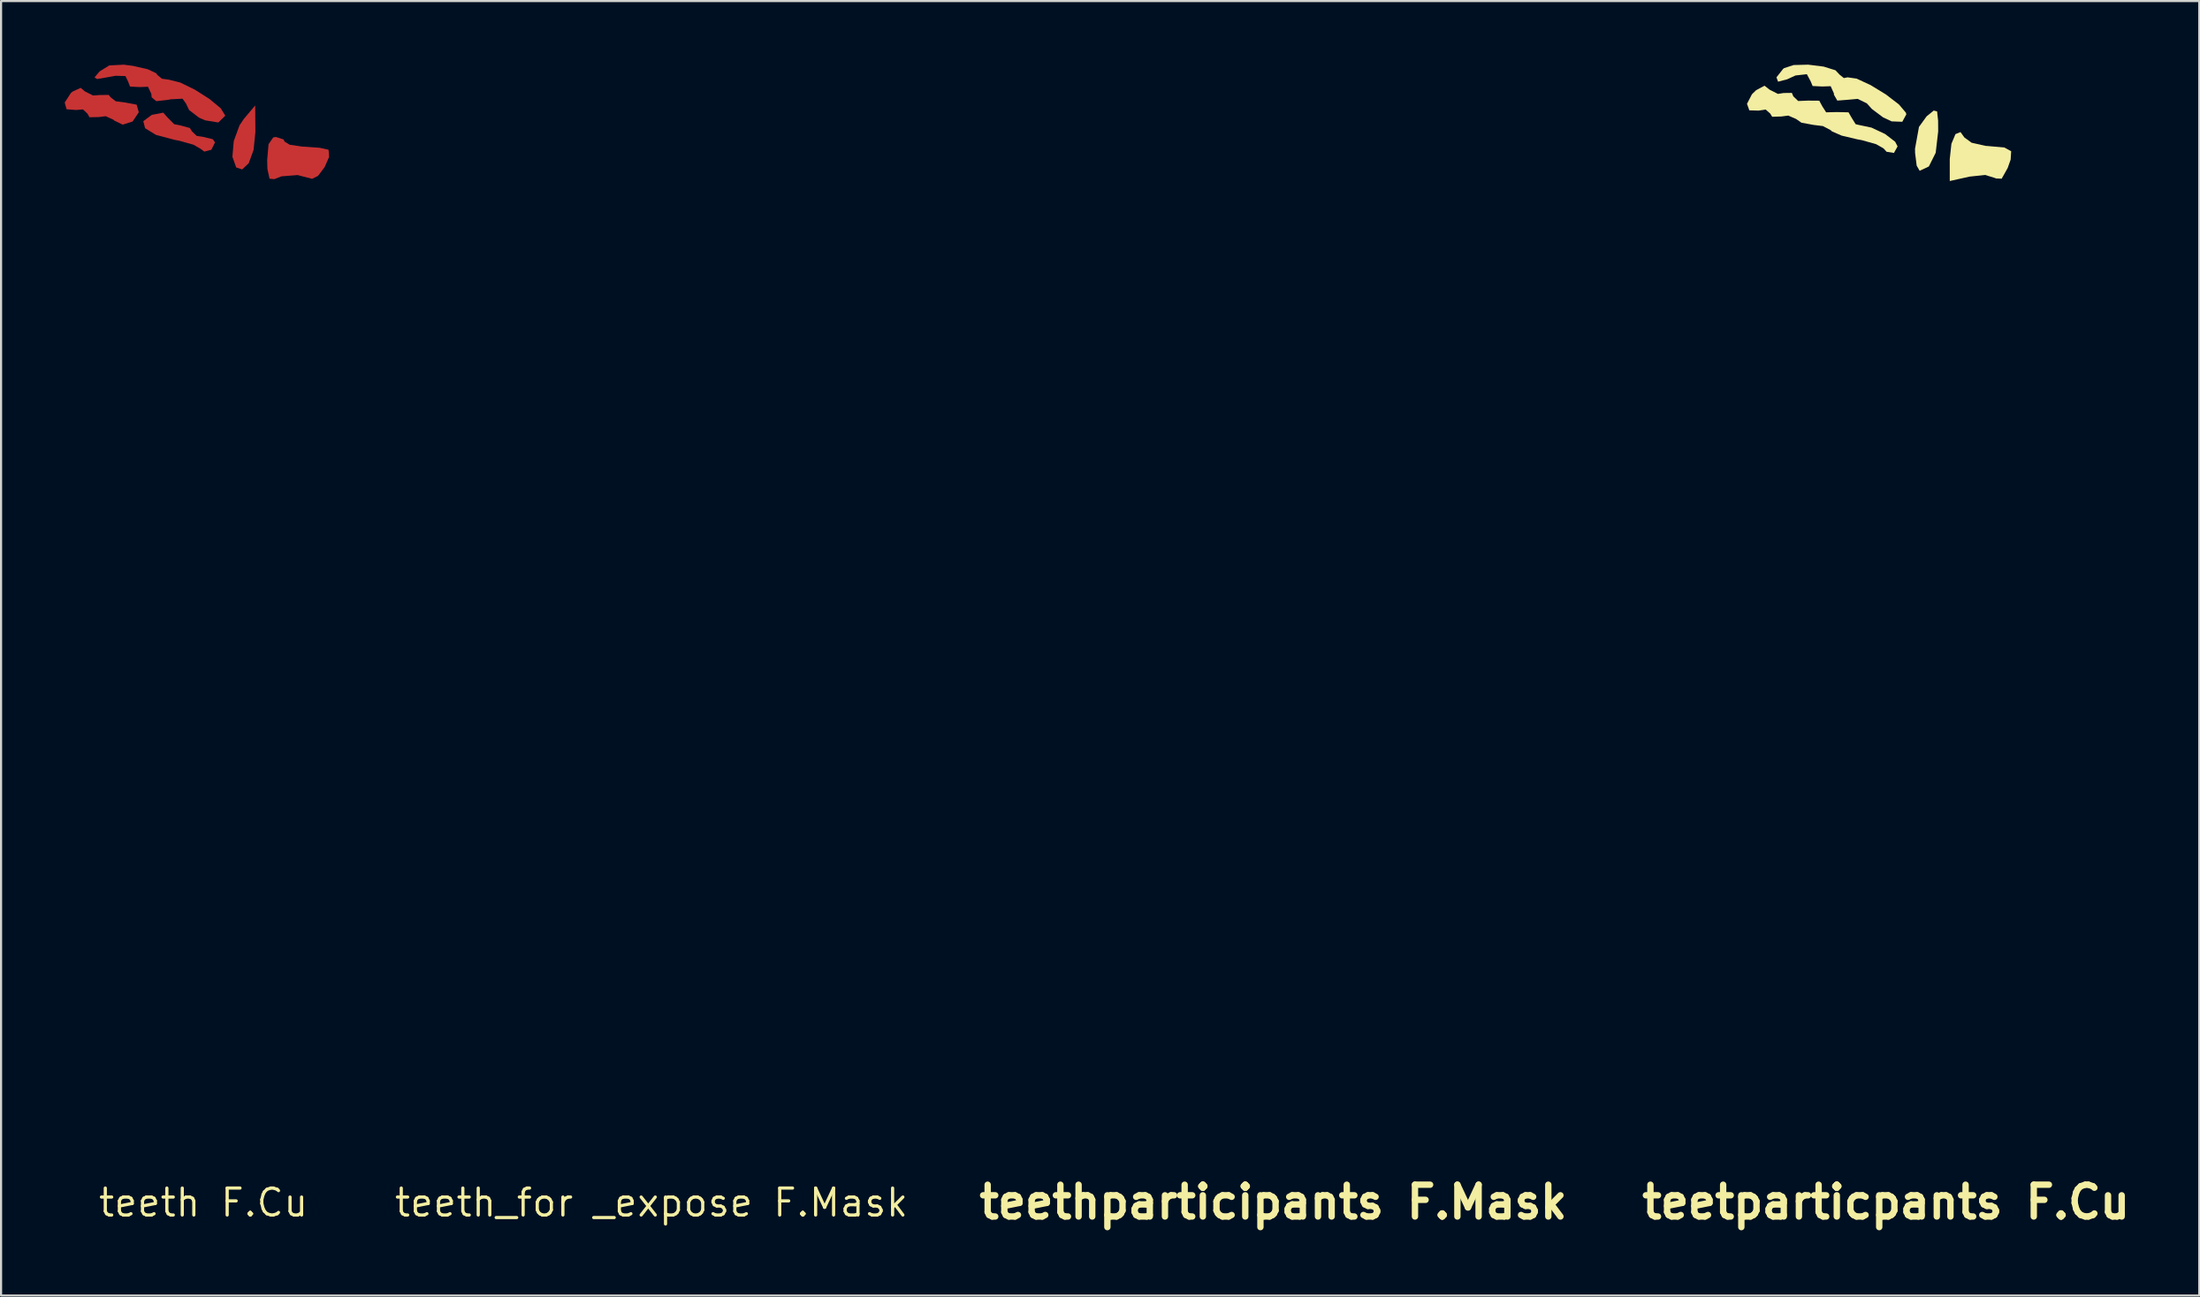
<source format=kicad_pcb>
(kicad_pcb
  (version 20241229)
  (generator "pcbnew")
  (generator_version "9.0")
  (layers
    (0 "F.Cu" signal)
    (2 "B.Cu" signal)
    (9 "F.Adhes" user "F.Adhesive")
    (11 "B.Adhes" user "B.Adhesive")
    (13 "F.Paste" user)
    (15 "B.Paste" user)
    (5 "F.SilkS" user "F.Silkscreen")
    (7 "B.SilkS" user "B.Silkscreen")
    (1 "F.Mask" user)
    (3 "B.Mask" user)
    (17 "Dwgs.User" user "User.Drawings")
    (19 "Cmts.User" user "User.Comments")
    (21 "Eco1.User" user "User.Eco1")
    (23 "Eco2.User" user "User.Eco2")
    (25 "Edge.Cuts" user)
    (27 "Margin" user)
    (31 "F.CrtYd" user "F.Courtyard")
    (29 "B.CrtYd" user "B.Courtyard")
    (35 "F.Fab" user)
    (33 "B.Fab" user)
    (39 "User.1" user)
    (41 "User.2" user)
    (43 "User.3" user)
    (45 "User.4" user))
  (footprint "teethparticipants F.Mask"
    (layer "F.Cu")
    (at 56.973 53.642)
    (property "Reference" "teethparticipants F.Mask" (at 0 0 0) (layer "F.SilkS") (effects (font (size 1.5 1.5) (thickness 0.3))))
    (attr board_only exclude_from_pos_files exclude_from_bom)
    (fp_poly (pts (xy 2.407 -51.438) (xy 2.455 -50.997) (xy 2.458 -50.491) (xy 2.341 -49.487) (xy 2.018 -48.841) (xy 1.584 -48.638) (xy 1.445 -48.878) (xy 1.37 -49.472) (xy 1.366 -49.677) (xy 1.553 -50.708) (xy 1.912 -51.205) (xy 2.248 -51.478)) (stroke (width 0) (type solid)) (fill yes) (layer "F.Mask"))
    (fp_poly (pts (xy 3.693 -50.209) (xy 4.034 -49.961) (xy 4.689 -49.813) (xy 4.812 -49.804) (xy 5.579 -49.735) (xy 5.899 -49.56) (xy 5.874 -49.164) (xy 5.733 -48.767) (xy 5.451 -48.265) (xy 5.172 -48.277) (xy 5.158 -48.291) (xy 4.67 -48.441) (xy 3.939 -48.363) (xy 3.004 -48.155) (xy 3.004 -49.191) (xy 3.082 -49.912) (xy 3.273 -50.368) (xy 3.511 -50.463)) (stroke (width 0) (type solid)) (fill yes) (layer "F.Mask"))
    (fp_poly (pts (xy -2.943 -53.552) (xy -2.383 -53.378) (xy -2.185 -53.168) (xy -1.988 -53.01) (xy -1.813 -53.045) (xy -1.386 -52.984) (xy -0.726 -52.678) (xy -0.005 -52.237) (xy 0.606 -51.768) (xy 0.937 -51.378) (xy 0.956 -51.298) (xy 0.766 -50.949) (xy 0.263 -50.968) (xy -0.137 -51.155) (xy -0.67 -51.555) (xy -0.902 -51.815) (xy -1.335 -52.029) (xy -1.79 -51.988) (xy -2.297 -51.948) (xy -2.456 -52.225) (xy -2.458 -52.288) (xy -2.61 -52.627) (xy -3.004 -52.613) (xy -3.461 -52.635) (xy -3.551 -52.852) (xy -3.732 -53.193) (xy -4.266 -53.133) (xy -4.661 -52.952) (xy -5.088 -52.84) (xy -5.166 -53.043) (xy -4.857 -53.437) (xy -4.81 -53.477) (xy -4.357 -53.625) (xy -3.668 -53.642)) (stroke (width 0) (type solid)) (fill yes) (layer "F.Mask"))
    (fp_poly (pts (xy -5.488 -52.462) (xy -5.097 -52.264) (xy -4.826 -52.306) (xy -4.44 -52.311) (xy -4.37 -52.148) (xy -4.142 -51.929) (xy -3.687 -51.947) (xy -3.147 -51.943) (xy -3.004 -51.677) (xy -2.823 -51.395) (xy -2.322 -51.407) (xy -1.768 -51.395) (xy -1.639 -51.168) (xy -1.432 -50.834) (xy -1.283 -50.8) (xy -0.683 -50.673) (xy -0.041 -50.37) (xy 0.43 -50.008) (xy 0.544 -49.787) (xy 0.373 -49.48) (xy 0.027 -49.534) (xy -0.122 -49.696) (xy -0.468 -49.893) (xy -1.139 -50.082) (xy -1.366 -50.124) (xy -2.091 -50.296) (xy -2.555 -50.499) (xy -2.609 -50.553) (xy -2.974 -50.746) (xy -3.414 -50.8) (xy -3.989 -50.906) (xy -4.24 -51.081) (xy -4.608 -51.241) (xy -4.939 -51.198) (xy -5.368 -51.186) (xy -5.462 -51.34) (xy -5.673 -51.525) (xy -6.009 -51.476) (xy -6.444 -51.488) (xy -6.555 -51.795) (xy -6.321 -52.248) (xy -6.124 -52.438) (xy -5.728 -52.65)) (stroke (width 0) (type solid)) (fill yes) (layer "F.Mask")))
  (footprint "teeth F.Cu"
    (layer "F.Cu")
    (at 6.54 53.669)
    (property "Reference" "teeth F.Cu" (at 0 0 0) (layer "F.SilkS") (effects (font (size 1.27 1.27) (thickness 0.15))))
    (attr board_only exclude_from_pos_files exclude_from_bom)
    (fp_poly (pts (xy 2.449 -50.495) (xy 2.364 -49.649) (xy 2.136 -49.023) (xy 1.826 -48.728) (xy 1.545 -48.821) (xy 1.365 -49.326) (xy 1.429 -50.065) (xy 1.702 -50.809) (xy 1.903 -51.108) (xy 2.44 -51.746)) (stroke (width 0) (type solid)) (fill yes) (layer "F.Cu"))
    (fp_poly (pts (xy -1.687 -51.172) (xy -1.379 -50.863) (xy -1.072 -50.8) (xy -0.64 -50.683) (xy -0.546 -50.53) (xy -0.317 -50.31) (xy 0 -50.26) (xy 0.444 -50.153) (xy 0.546 -50.005) (xy 0.374 -49.656) (xy 0.04 -49.57) (xy -0.119 -49.691) (xy -0.467 -49.893) (xy -1.139 -50.082) (xy -1.351 -50.122) (xy -2.236 -50.357) (xy -2.749 -50.671) (xy -2.836 -51.004) (xy -2.442 -51.296) (xy -2.421 -51.304) (xy -1.895 -51.406)) (stroke (width 0) (type solid)) (fill yes) (layer "F.Cu"))
    (fp_poly (pts (xy 3.778 -50.142) (xy 3.824 -50.043) (xy 4.064 -49.894) (xy 4.658 -49.805) (xy 4.799 -49.799) (xy 5.479 -49.749) (xy 5.878 -49.661) (xy 5.901 -49.645) (xy 5.924 -49.319) (xy 5.715 -48.841) (xy 5.403 -48.425) (xy 5.115 -48.283) (xy 5.087 -48.295) (xy 4.44 -48.463) (xy 3.678 -48.403) (xy 3.34 -48.271) (xy 3.116 -48.291) (xy 3.016 -48.749) (xy 3.004 -49.163) (xy 3.07 -49.92) (xy 3.289 -50.237) (xy 3.414 -50.26)) (stroke (width 0) (type solid)) (fill yes) (layer "F.Cu"))
    (fp_poly (pts (xy -5.592 -52.411) (xy -5.204 -52.215) (xy -4.885 -52.237) (xy -4.466 -52.243) (xy -4.37 -52.126) (xy -4.135 -51.944) (xy -3.667 -51.881) (xy -3.148 -51.782) (xy -3.051 -51.436) (xy -3.056 -51.411) (xy -3.338 -50.989) (xy -3.808 -50.841) (xy -4.212 -51.039) (xy -4.231 -51.066) (xy -4.607 -51.239) (xy -4.939 -51.198) (xy -5.372 -51.189) (xy -5.462 -51.354) (xy -5.678 -51.559) (xy -6.009 -51.532) (xy -6.451 -51.567) (xy -6.54 -51.884) (xy -6.25 -52.331) (xy -6.169 -52.401) (xy -5.786 -52.576)) (stroke (width 0) (type solid)) (fill yes) (layer "F.Cu"))
    (fp_poly (pts (xy -3.325 -53.613) (xy -2.625 -53.453) (xy -2.223 -53.264) (xy -2.185 -53.197) (xy -1.956 -53.006) (xy -1.633 -52.962) (xy -1.095 -52.827) (xy -0.403 -52.489) (xy 0.286 -52.051) (xy 0.813 -51.614) (xy 1.021 -51.281) (xy 1.016 -51.248) (xy 0.702 -50.942) (xy 0.078 -51.045) (xy -0.205 -51.169) (xy -0.675 -51.528) (xy -0.819 -51.831) (xy -0.985 -52.065) (xy -1.542 -52.036) (xy -1.639 -52.016) (xy -2.223 -51.948) (xy -2.441 -52.129) (xy -2.458 -52.296) (xy -2.614 -52.628) (xy -3.004 -52.613) (xy -3.46 -52.636) (xy -3.551 -52.873) (xy -3.676 -53.131) (xy -4.136 -53.146) (xy -4.438 -53.091) (xy -5.011 -52.992) (xy -5.133 -53.068) (xy -4.896 -53.351) (xy -4.44 -53.633) (xy -3.755 -53.669)) (stroke (width 0) (type solid)) (fill yes) (layer "F.Cu")))
  (footprint "teeth_for _expose F.Mask"
    (layer "F.Cu")
    (at 27.658 53.669)
    (property "Reference" "teeth_for _expose F.Mask" (at 0 0 0) (layer "F.SilkS") (effects (font (size 1.27 1.27) (thickness 0.15))))
    (attr board_only exclude_from_pos_files exclude_from_bom)
    (fp_poly (pts (xy 2.449 -50.495) (xy 2.364 -49.649) (xy 2.136 -49.023) (xy 1.826 -48.728) (xy 1.545 -48.821) (xy 1.365 -49.326) (xy 1.429 -50.065) (xy 1.702 -50.809) (xy 1.903 -51.108) (xy 2.44 -51.746)) (stroke (width 0) (type solid)) (fill yes) (layer "F.Mask"))
    (fp_poly (pts (xy -1.687 -51.172) (xy -1.379 -50.863) (xy -1.072 -50.8) (xy -0.64 -50.683) (xy -0.546 -50.53) (xy -0.317 -50.31) (xy 0 -50.26) (xy 0.444 -50.153) (xy 0.546 -50.005) (xy 0.374 -49.656) (xy 0.04 -49.57) (xy -0.119 -49.691) (xy -0.467 -49.893) (xy -1.139 -50.082) (xy -1.351 -50.122) (xy -2.236 -50.357) (xy -2.749 -50.671) (xy -2.836 -51.004) (xy -2.442 -51.296) (xy -2.421 -51.304) (xy -1.895 -51.406)) (stroke (width 0) (type solid)) (fill yes) (layer "F.Mask"))
    (fp_poly (pts (xy 3.778 -50.142) (xy 3.824 -50.043) (xy 4.064 -49.894) (xy 4.658 -49.805) (xy 4.799 -49.799) (xy 5.479 -49.749) (xy 5.878 -49.661) (xy 5.901 -49.645) (xy 5.924 -49.319) (xy 5.715 -48.841) (xy 5.403 -48.425) (xy 5.115 -48.283) (xy 5.087 -48.295) (xy 4.44 -48.463) (xy 3.678 -48.403) (xy 3.34 -48.271) (xy 3.116 -48.291) (xy 3.016 -48.749) (xy 3.004 -49.163) (xy 3.07 -49.92) (xy 3.289 -50.237) (xy 3.414 -50.26)) (stroke (width 0) (type solid)) (fill yes) (layer "F.Mask"))
    (fp_poly (pts (xy -5.592 -52.411) (xy -5.204 -52.215) (xy -4.885 -52.237) (xy -4.466 -52.243) (xy -4.37 -52.126) (xy -4.135 -51.944) (xy -3.667 -51.881) (xy -3.148 -51.782) (xy -3.051 -51.436) (xy -3.056 -51.411) (xy -3.338 -50.989) (xy -3.808 -50.841) (xy -4.212 -51.039) (xy -4.231 -51.066) (xy -4.607 -51.239) (xy -4.939 -51.198) (xy -5.372 -51.189) (xy -5.462 -51.354) (xy -5.678 -51.559) (xy -6.009 -51.532) (xy -6.451 -51.567) (xy -6.54 -51.884) (xy -6.25 -52.331) (xy -6.169 -52.401) (xy -5.786 -52.576)) (stroke (width 0) (type solid)) (fill yes) (layer "F.Mask"))
    (fp_poly (pts (xy -3.325 -53.613) (xy -2.625 -53.453) (xy -2.223 -53.264) (xy -2.185 -53.197) (xy -1.956 -53.006) (xy -1.633 -52.962) (xy -1.095 -52.827) (xy -0.403 -52.489) (xy 0.286 -52.051) (xy 0.813 -51.614) (xy 1.021 -51.281) (xy 1.016 -51.248) (xy 0.702 -50.942) (xy 0.078 -51.045) (xy -0.205 -51.169) (xy -0.675 -51.528) (xy -0.819 -51.831) (xy -0.985 -52.065) (xy -1.542 -52.036) (xy -1.639 -52.016) (xy -2.223 -51.948) (xy -2.441 -52.129) (xy -2.458 -52.296) (xy -2.614 -52.628) (xy -3.004 -52.613) (xy -3.46 -52.636) (xy -3.551 -52.873) (xy -3.676 -53.131) (xy -4.136 -53.146) (xy -4.438 -53.091) (xy -5.011 -52.992) (xy -5.133 -53.068) (xy -4.896 -53.351) (xy -4.44 -53.633) (xy -3.755 -53.669)) (stroke (width 0) (type solid)) (fill yes) (layer "F.Mask")))
  (footprint "teetparticpants F.Cu"
    (layer "F.Cu")
    (at 85.858 53.642)
    (property "Reference" "teetparticpants F.Cu" (at 0 0 0) (layer "F.SilkS") (effects (font (size 1.5 1.5) (thickness 0.3))))
    (attr board_only exclude_from_pos_files exclude_from_bom)
    (fp_poly (pts (xy 2.407 -51.438) (xy 2.455 -50.997) (xy 2.458 -50.491) (xy 2.341 -49.487) (xy 2.018 -48.841) (xy 1.584 -48.638) (xy 1.445 -48.878) (xy 1.37 -49.472) (xy 1.366 -49.677) (xy 1.553 -50.708) (xy 1.912 -51.205) (xy 2.248 -51.478)) (stroke (width 0) (type solid)) (fill yes) (layer "F.SilkS"))
    (fp_poly (pts (xy 3.693 -50.209) (xy 4.034 -49.961) (xy 4.689 -49.813) (xy 4.812 -49.804) (xy 5.579 -49.735) (xy 5.899 -49.56) (xy 5.874 -49.164) (xy 5.733 -48.767) (xy 5.451 -48.265) (xy 5.172 -48.277) (xy 5.158 -48.291) (xy 4.67 -48.441) (xy 3.939 -48.363) (xy 3.004 -48.155) (xy 3.004 -49.191) (xy 3.082 -49.912) (xy 3.273 -50.368) (xy 3.511 -50.463)) (stroke (width 0) (type solid)) (fill yes) (layer "F.SilkS"))
    (fp_poly (pts (xy -2.943 -53.552) (xy -2.383 -53.378) (xy -2.185 -53.168) (xy -1.988 -53.01) (xy -1.813 -53.045) (xy -1.386 -52.984) (xy -0.726 -52.678) (xy -0.005 -52.237) (xy 0.606 -51.768) (xy 0.937 -51.378) (xy 0.956 -51.298) (xy 0.766 -50.949) (xy 0.263 -50.968) (xy -0.137 -51.155) (xy -0.67 -51.555) (xy -0.902 -51.815) (xy -1.335 -52.029) (xy -1.79 -51.988) (xy -2.297 -51.948) (xy -2.456 -52.225) (xy -2.458 -52.288) (xy -2.61 -52.627) (xy -3.004 -52.613) (xy -3.461 -52.635) (xy -3.551 -52.852) (xy -3.732 -53.193) (xy -4.266 -53.133) (xy -4.661 -52.952) (xy -5.088 -52.84) (xy -5.166 -53.043) (xy -4.857 -53.437) (xy -4.81 -53.477) (xy -4.357 -53.625) (xy -3.668 -53.642)) (stroke (width 0) (type solid)) (fill yes) (layer "F.SilkS"))
    (fp_poly (pts (xy -5.488 -52.462) (xy -5.097 -52.264) (xy -4.826 -52.306) (xy -4.44 -52.311) (xy -4.37 -52.148) (xy -4.142 -51.929) (xy -3.687 -51.947) (xy -3.147 -51.943) (xy -3.004 -51.677) (xy -2.823 -51.395) (xy -2.322 -51.407) (xy -1.768 -51.395) (xy -1.639 -51.168) (xy -1.432 -50.834) (xy -1.283 -50.8) (xy -0.683 -50.673) (xy -0.041 -50.37) (xy 0.43 -50.008) (xy 0.544 -49.787) (xy 0.373 -49.48) (xy 0.027 -49.534) (xy -0.122 -49.696) (xy -0.468 -49.893) (xy -1.139 -50.082) (xy -1.366 -50.124) (xy -2.091 -50.296) (xy -2.555 -50.499) (xy -2.609 -50.553) (xy -2.974 -50.746) (xy -3.414 -50.8) (xy -3.989 -50.906) (xy -4.24 -51.081) (xy -4.608 -51.241) (xy -4.939 -51.198) (xy -5.368 -51.186) (xy -5.462 -51.34) (xy -5.673 -51.525) (xy -6.009 -51.476) (xy -6.444 -51.488) (xy -6.555 -51.795) (xy -6.321 -52.248) (xy -6.124 -52.438) (xy -5.728 -52.65)) (stroke (width 0) (type solid)) (fill yes) (layer "F.SilkS")))
  (gr_rect
    (start -3 -3)
    (end 100.623 58.046)
    (stroke (width 0.1) (type default))
    (fill no)
    (layer "Edge.Cuts")))
</source>
